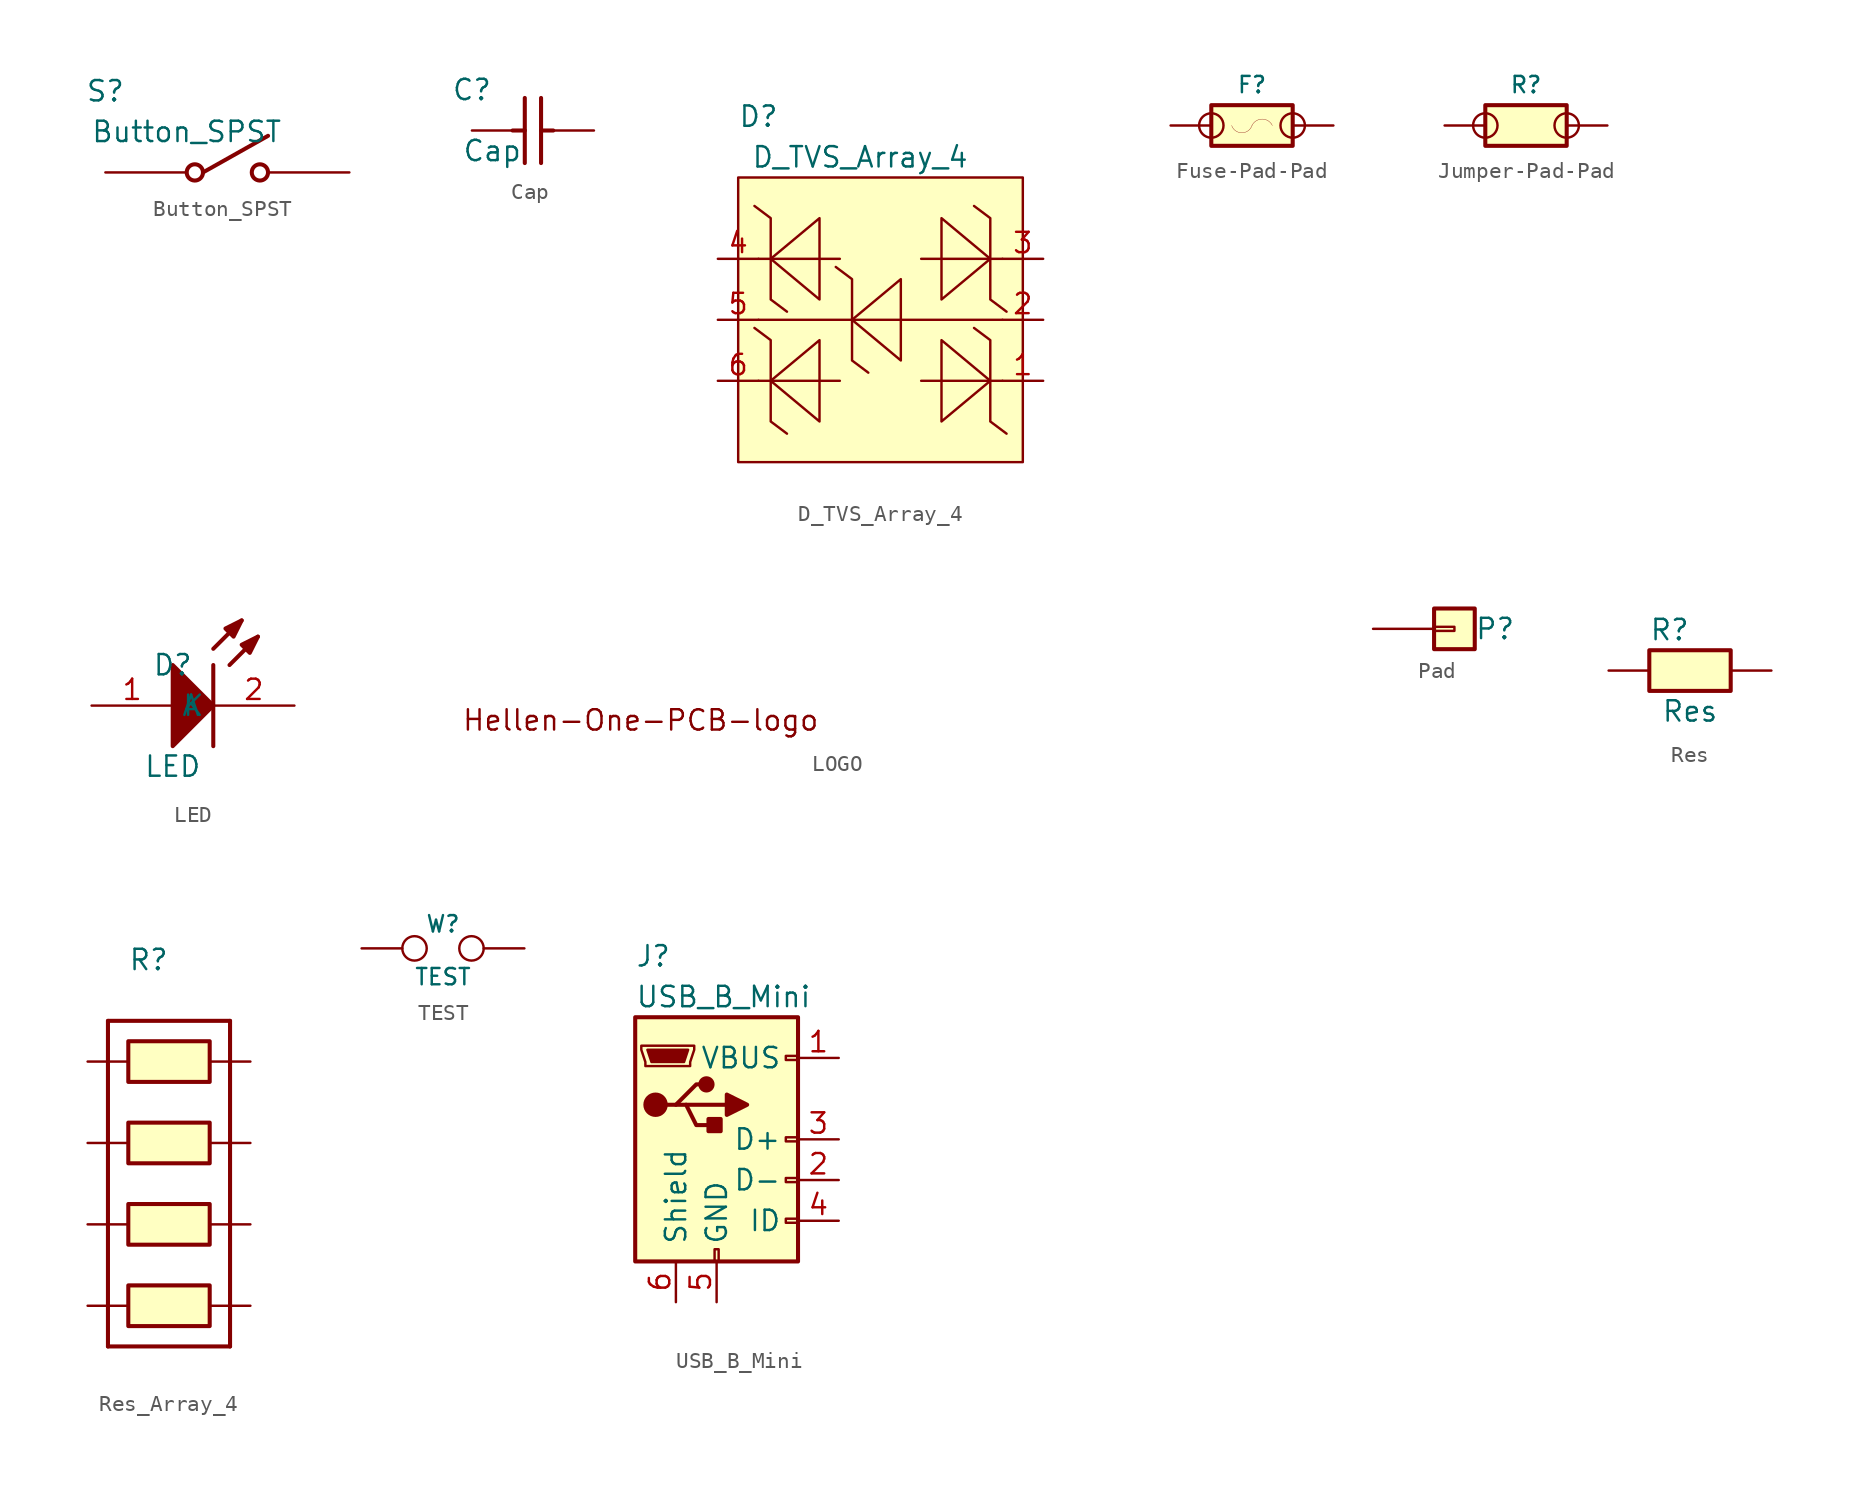
<source format=kicad_sym>
(kicad_symbol_lib
  (version 20201005)
  (generator kicad_symbol_editor)
  (symbol "hellen-one-common:Button_SPST"
    (pin_numbers hide)
    (property "Reference" "S"
      (at -5.08 2.54 0)
      (effects (font (size 1.27 1.27))))
    (property "Value" "Button_SPST"
      (at 0 0 0)
      (effects (font (size 1.27 1.27))))
    (symbol "Button_SPST_1_0"
      (circle (center 0.508 -2.54) (radius 0.508) (stroke (width 0.254)) (fill (type none)))
      (circle (center 4.572 -2.54) (radius 0.508) (stroke (width 0.254)) (fill (type none)))
      (polyline (pts (xy 1.016 -2.54) (xy 5.08 -0.254)) (stroke (width 0.254)) (fill (type none)))
      (pin passive line (at -5.08 -2.54 0) (length 5.08) (name "" (effects (font (size 1.27 1.27)))) (number "1" (effects (font (size 1.27 1.27)))))
      (pin passive line (at 10.16 -2.54 180) (length 5.08) (name "" (effects (font (size 1.27 1.27)))) (number "2" (effects (font (size 1.27 1.27)))))))
  (symbol "hellen-one-common:Cap"
    (pin_numbers hide)
    (property "Reference" "C"
      (at -3.81 2.54 0)
      (effects (font (size 1.27 1.27))))
    (property "Value" "Cap"
      (at -2.54 -1.27 0)
      (effects (font (size 1.27 1.27))))
    (symbol "Cap_1_0"
      (polyline (pts (xy 0.508 2.032) (xy 0.508 -2.032)) (stroke (width 0.254)) (fill (type none)))
      (polyline (pts (xy -0.508 -2.032) (xy -0.508 2.032)) (stroke (width 0.254)) (fill (type none)))
      (polyline (pts (xy -1.27 0) (xy -0.508 0)) (stroke (width 0.254)) (fill (type none)))
      (polyline (pts (xy 1.27 0) (xy 0.508 0)) (stroke (width 0.254)) (fill (type none)))
      (pin passive line (at -3.81 0 0) (length 2.54) (name "" (effects (font (size 1.27 1.27)))) (number "1" (effects (font (size 1.27 1.27)))))
      (pin passive line (at 3.81 0 180) (length 2.54) (name "" (effects (font (size 1.27 1.27)))) (number "2" (effects (font (size 1.27 1.27)))))))
  (symbol "hellen-one-common:D_TVS_Array_4"
    (property "Reference" "D"
      (at 2.54 12.7 0)
      (effects (font (size 1.27 1.27))))
    (property "Value" "D_TVS_Array_4"
      (at 8.89 10.16 0)
      (effects (font (size 1.27 1.27))))
    (symbol "D_TVS_Array_4_1_0"
      (rectangle (start 19.05 8.89) (end 1.27 -8.89) (stroke (width 0)) (fill (type background)))
      (polyline (pts (xy 11.43 2.54) (xy 8.382 0) (xy 11.43 -2.54) (xy 11.43 2.54)) (stroke (width 0)) (fill (type none)))
      (polyline (pts (xy 7.366 3.302) (xy 8.382 2.54) (xy 8.382 -2.54) (xy 9.398 -3.302)) (stroke (width 0)) (fill (type none)))
      (polyline (pts (xy 2.54 0) (xy 17.78 0)) (stroke (width 0)) (fill (type none)))
      (polyline (pts (xy 6.35 -1.27) (xy 3.302 -3.81) (xy 6.35 -6.35) (xy 6.35 -1.27)) (stroke (width 0)) (fill (type none)))
      (polyline (pts (xy 2.286 -0.508) (xy 3.302 -1.27) (xy 3.302 -6.35) (xy 4.318 -7.112)) (stroke (width 0)) (fill (type none)))
      (polyline (pts (xy 6.35 6.35) (xy 3.302 3.81) (xy 6.35 1.27) (xy 6.35 6.35)) (stroke (width 0)) (fill (type none)))
      (polyline (pts (xy 2.286 7.112) (xy 3.302 6.35) (xy 3.302 1.27) (xy 4.318 0.508)) (stroke (width 0)) (fill (type none)))
      (polyline (pts (xy 13.97 -6.35) (xy 17.018 -3.81) (xy 13.97 -1.27) (xy 13.97 -6.35)) (stroke (width 0)) (fill (type none)))
      (polyline (pts (xy 18.034 -7.112) (xy 17.018 -6.35) (xy 17.018 -1.27) (xy 16.002 -0.508)) (stroke (width 0)) (fill (type none)))
      (polyline (pts (xy 13.97 1.27) (xy 17.018 3.81) (xy 13.97 6.35) (xy 13.97 1.27)) (stroke (width 0)) (fill (type none)))
      (polyline (pts (xy 18.034 0.508) (xy 17.018 1.27) (xy 17.018 6.35) (xy 16.002 7.112)) (stroke (width 0)) (fill (type none)))
      (polyline (pts (xy 2.54 -3.81) (xy 7.62 -3.81)) (stroke (width 0)) (fill (type none)))
      (polyline (pts (xy 2.54 3.81) (xy 7.62 3.81)) (stroke (width 0)) (fill (type none)))
      (polyline (pts (xy 12.7 -3.81) (xy 17.78 -3.81)) (stroke (width 0)) (fill (type none)))
      (polyline (pts (xy 12.7 3.81) (xy 17.78 3.81)) (stroke (width 0)) (fill (type none)))
      (pin passive line (at 20.32 0 180) (length 2.54) (name "" (effects (font (size 1.27 1.27)))) (number "2" (effects (font (size 1.27 1.27)))))
      (pin passive line (at 0 0 0) (length 2.54) (name "" (effects (font (size 1.27 1.27)))) (number "5" (effects (font (size 1.27 1.27)))))
      (pin passive line (at 20.32 -3.81 180) (length 2.54) (name "" (effects (font (size 1.27 1.27)))) (number "1" (effects (font (size 1.27 1.27)))))
      (pin passive line (at 0 -3.81 0) (length 2.54) (name "" (effects (font (size 1.27 1.27)))) (number "6" (effects (font (size 1.27 1.27)))))
      (pin passive line (at 20.32 3.81 180) (length 2.54) (name "" (effects (font (size 1.27 1.27)))) (number "3" (effects (font (size 1.27 1.27)))))
      (pin passive line (at 0 3.81 0) (length 2.54) (name "" (effects (font (size 1.27 1.27)))) (number "4" (effects (font (size 1.27 1.27)))))))
  (symbol "hellen-one-common:Fuse-Pad-Pad"
    (pin_numbers hide)
    (pin_names
      (offset 0.762) hide)
    (property "Reference" "F"
      (at 0 2.54 0)
      (effects (font (size 1.016 1.016))))
    (symbol "Fuse-Pad-Pad_0_1"
      (arc (start -1.27 0) (end 0 0) (radius (at -0.635 0.2137) (length 0.67) (angles -161.4 -18.6)) (stroke (width 0.0006)) (fill (type none)))
      (arc (start 0 0) (end 1.27 0) (radius (at 0.635 -0.3076) (length 0.7056) (angles 154.2 25.8)) (stroke (width 0.0006)) (fill (type none)))
      (circle (center -2.54 0) (radius 0.762) (stroke (width 0)) (fill (type none)))
      (circle (center 2.54 0) (radius 0.762) (stroke (width 0)) (fill (type none)))
      (pin passive line (at -5.08 0 0) (length 2.54) (name "1" (effects (font (size 1.524 1.524)))) (number "1" (effects (font (size 1.524 1.524)))))
      (pin passive line (at 5.08 0 180) (length 2.54) (name "2" (effects (font (size 1.524 1.524)))) (number "2" (effects (font (size 1.524 1.524))))))
    (symbol "Fuse-Pad-Pad_1_0"
      (rectangle (start -2.54 -1.27) (end 2.54 1.27) (stroke (width 0.254)) (fill (type background)))))
  (symbol "hellen-one-common:Jumper-Pad-Pad"
    (pin_numbers hide)
    (pin_names
      (offset 0.762) hide)
    (property "Reference" "R"
      (at 0 2.54 0)
      (effects (font (size 1.016 1.016))))
    (symbol "Jumper-Pad-Pad_0_1"
      (circle (center -2.54 0) (radius 0.762) (stroke (width 0)) (fill (type none)))
      (circle (center 2.54 0) (radius 0.762) (stroke (width 0)) (fill (type none)))
      (pin passive line (at -5.08 0 0) (length 2.54) (name "1" (effects (font (size 1.524 1.524)))) (number "1" (effects (font (size 1.524 1.524)))))
      (pin passive line (at 5.08 0 180) (length 2.54) (name "2" (effects (font (size 1.524 1.524)))) (number "2" (effects (font (size 1.524 1.524))))))
    (symbol "Jumper-Pad-Pad_1_0"
      (rectangle (start -2.54 -1.27) (end 2.54 1.27) (stroke (width 0.254)) (fill (type background)))))
  (symbol "hellen-one-common:LED"
    (property "Reference" "D"
      (at 0 2.54 0)
      (effects (font (size 1.27 1.27))))
    (property "Value" "LED"
      (at 0 -3.81 0)
      (effects (font (size 1.27 1.27))))
    (symbol "LED_1_0"
      (polyline (pts (xy 0 -2.54) (xy 2.54 0) (xy 0 2.54) (xy 0 -2.54)) (stroke (width 0.254)) (fill (type outline)))
      (polyline (pts (xy 3.556 2.54) (xy 5.334 4.318)) (stroke (width 0.254)) (fill (type none)))
      (polyline (pts (xy 2.54 3.556) (xy 4.318 5.334)) (stroke (width 0.254)) (fill (type none)))
      (polyline (pts (xy 5.334 4.318) (xy 4.318 3.81) (xy 4.826 3.302) (xy 5.334 4.318)) (stroke (width 0.254)) (fill (type outline)))
      (polyline (pts (xy 4.318 5.334) (xy 3.302 4.826) (xy 3.81 4.318) (xy 4.318 5.334)) (stroke (width 0.254)) (fill (type outline)))
      (polyline (pts (xy 2.54 2.54) (xy 2.54 -2.54)) (stroke (width 0.254)) (fill (type none)))
      (pin passive line (at -5.08 0 0) (length 5.08) (name "A" (effects (font (size 1.27 1.27)))) (number "1" (effects (font (size 1.27 1.27)))))
      (pin passive line (at 7.62 0 180) (length 5.08) (name "K" (effects (font (size 1.27 1.27)))) (number "2" (effects (font (size 1.27 1.27)))))))
  (symbol "hellen-one-common:LOGO"
    (pin_names
      (offset 1.016))
    (property "Reference" "G"
      (at 0 -2.616 0)
      (effects (font (size 1.524 1.524)) hide))
    (symbol "LOGO_0_0"
      (text "Hellen-One-PCB-logo" (at 0 0 0) (effects (font (size 1.27 1.27))))
      (text "" (at 35.56 6.35 0) (effects (font (size 1.27 1.27))))))
  (symbol "hellen-one-common:Pad"
    (pin_numbers hide)
    (pin_names
      (offset 1.016) hide)
    (property "Reference" "P"
      (at 2.54 0 0)
      (effects (font (size 1.27 1.27))))
    (symbol "Pad_1_1"
      (rectangle (start -1.27 0.127) (end 0 -0.127) (stroke (width 0.152)) (fill (type none)))
      (rectangle (start -1.27 1.27) (end 1.27 -1.27) (stroke (width 0.254)) (fill (type background)))
      (pin passive line (at -5.08 0 0) (length 3.81) (name "Pin_1" (effects (font (size 1.27 1.27)))) (number "1" (effects (font (size 1.27 1.27)))))))
  (symbol "hellen-one-common:Res"
    (pin_numbers hide)
    (property "Reference" "R"
      (at 3.81 2.54 0)
      (effects (font (size 1.27 1.27))))
    (property "Value" "Res"
      (at 5.08 -2.54 0)
      (effects (font (size 1.27 1.27))))
    (property "LCSC" ""
      (at 0 0 0)
      (effects (font (size 1.27 1.27))))
    (symbol "Res_1_0"
      (rectangle (start 2.54 -1.27) (end 7.62 1.27) (stroke (width 0.254)) (fill (type background)))
      (pin passive line (at 10.16 0 180) (length 2.54) (name "" (effects (font (size 1.27 1.27)))) (number "2" (effects (font (size 1.27 1.27)))))
      (pin passive line (at 0 0 0) (length 2.54) (name "" (effects (font (size 1.27 1.27)))) (number "1" (effects (font (size 1.27 1.27)))))))
  (symbol "hellen-one-common:Res_Array_4"
    (pin_numbers hide)
    (property "Reference" "R"
      (at -6.35 6.35 0)
      (effects (font (size 1.27 1.27))))
    (symbol "Res_Array_4_1_0"
      (rectangle (start -2.54 1.27) (end -7.62 -1.27) (stroke (width 0.254)) (fill (type background)))
      (rectangle (start -2.54 -3.81) (end -7.62 -6.35) (stroke (width 0.254)) (fill (type background)))
      (rectangle (start -2.54 -8.89) (end -7.62 -11.43) (stroke (width 0.254)) (fill (type background)))
      (rectangle (start -2.54 -13.97) (end -7.62 -16.51) (stroke (width 0.254)) (fill (type background)))
      (polyline (pts (xy -8.89 2.54) (xy -8.89 -17.78)) (stroke (width 0.254)) (fill (type none)))
      (polyline (pts (xy -1.27 2.54) (xy -1.27 -17.78)) (stroke (width 0.254)) (fill (type none)))
      (polyline (pts (xy -8.89 2.54) (xy -1.27 2.54)) (stroke (width 0.254)) (fill (type none)))
      (polyline (pts (xy -8.89 -17.78) (xy -1.27 -17.78)) (stroke (width 0.254)) (fill (type none)))
      (pin passive line (at -10.16 0 0) (length 2.54) (name "" (effects (font (size 1.27 1.27)))) (number "1" (effects (font (size 1.27 1.27)))))
      (pin passive line (at 0 0 180) (length 2.54) (name "" (effects (font (size 1.27 1.27)))) (number "8" (effects (font (size 1.27 1.27)))))
      (pin passive line (at -10.16 -5.08 0) (length 2.54) (name "" (effects (font (size 1.27 1.27)))) (number "2" (effects (font (size 1.27 1.27)))))
      (pin passive line (at 0 -5.08 180) (length 2.54) (name "" (effects (font (size 1.27 1.27)))) (number "7" (effects (font (size 1.27 1.27)))))
      (pin passive line (at -10.16 -10.16 0) (length 2.54) (name "" (effects (font (size 1.27 1.27)))) (number "3" (effects (font (size 1.27 1.27)))))
      (pin passive line (at 0 -10.16 180) (length 2.54) (name "" (effects (font (size 1.27 1.27)))) (number "6" (effects (font (size 1.27 1.27)))))
      (pin passive line (at -10.16 -15.24 0) (length 2.54) (name "" (effects (font (size 1.27 1.27)))) (number "4" (effects (font (size 1.27 1.27)))))
      (pin passive line (at 0 -15.24 180) (length 2.54) (name "" (effects (font (size 1.27 1.27)))) (number "5" (effects (font (size 1.27 1.27)))))))
  (symbol "hellen-one-common:TEST"
    (pin_numbers hide)
    (pin_names
      (offset 0.762) hide)
    (property "Reference" "W"
      (at 0 1.524 0)
      (effects (font (size 1.016 1.016))))
    (property "Value" "TEST"
      (at 0 -1.778 0)
      (effects (font (size 1.016 1.016))))
    (property "Footprint" ""
      (at 0 0 0)
      (effects (font (size 1.524 1.524))))
    (property "Datasheet" ""
      (at 0 0 0)
      (effects (font (size 1.524 1.524))))
    (symbol "TEST_0_1"
      (circle (center -1.778 0) (radius 0.762) (stroke (width 0)) (fill (type none)))
      (circle (center 1.778 0) (radius 0.762) (stroke (width 0)) (fill (type none)))
      (pin passive line (at -5.08 0 0) (length 2.54) (name "1" (effects (font (size 1.524 1.524)))) (number "1" (effects (font (size 1.524 1.524)))))
      (pin passive line (at 5.08 0 180) (length 2.54) (name "2" (effects (font (size 1.524 1.524)))) (number "2" (effects (font (size 1.524 1.524)))))))
  (symbol "hellen-one-common:USB_B_Mini"
    (pin_names
      (offset 1.016))
    (property "Reference" "J"
      (at -5.08 11.43 0)
      (effects (font (size 1.27 1.27)) (justify left)))
    (property "Value" "USB_B_Mini"
      (at -5.08 8.89 0)
      (effects (font (size 1.27 1.27)) (justify left)))
    (symbol "USB_B_Mini_0_1"
      (circle (center -3.81 2.159) (radius 0.635) (stroke (width 0.254)) (fill (type outline)))
      (circle (center -0.635 3.429) (radius 0.381) (stroke (width 0.254)) (fill (type outline)))
      (rectangle (start -5.08 -7.62) (end 5.08 7.62) (stroke (width 0.254)) (fill (type background)))
      (rectangle (start -0.127 -7.62) (end 0.127 -6.858) (stroke (width 0)) (fill (type none)))
      (rectangle (start 0.254 1.27) (end -0.508 0.508) (stroke (width 0.254)) (fill (type outline)))
      (rectangle (start 5.08 -5.207) (end 4.318 -4.953) (stroke (width 0)) (fill (type none)))
      (rectangle (start 5.08 -2.667) (end 4.318 -2.413) (stroke (width 0)) (fill (type none)))
      (rectangle (start 5.08 -0.127) (end 4.318 0.127) (stroke (width 0)) (fill (type none)))
      (rectangle (start 5.08 4.953) (end 4.318 5.207) (stroke (width 0)) (fill (type none)))
      (polyline (pts (xy -1.905 2.159) (xy 0.635 2.159)) (stroke (width 0.254)) (fill (type none)))
      (polyline (pts (xy -3.175 2.159) (xy -2.54 2.159) (xy -1.27 3.429) (xy -0.635 3.429)) (stroke (width 0.254)) (fill (type none)))
      (polyline (pts (xy -2.54 2.159) (xy -1.905 2.159) (xy -1.27 0.889) (xy 0 0.889)) (stroke (width 0.254)) (fill (type none)))
      (polyline (pts (xy 0.635 2.794) (xy 0.635 1.524) (xy 1.905 2.159) (xy 0.635 2.794)) (stroke (width 0.254)) (fill (type outline)))
      (polyline (pts (xy -4.318 5.588) (xy -1.778 5.588) (xy -2.032 4.826) (xy -4.064 4.826) (xy -4.318 5.588)) (stroke (width 0)) (fill (type outline)))
      (polyline (pts (xy -4.699 5.842) (xy -4.699 5.588) (xy -4.445 4.826) (xy -4.445 4.572) (xy -1.651 4.572) (xy -1.651 4.826) (xy -1.397 5.588) (xy -1.397 5.842) (xy -4.699 5.842)) (stroke (width 0)) (fill (type none))))
    (symbol "USB_B_Mini_1_1"
      (pin power_out line (at 7.62 5.08 180) (length 2.54) (name "VBUS" (effects (font (size 1.27 1.27)))) (number "1" (effects (font (size 1.27 1.27)))))
      (pin passive line (at 7.62 -2.54 180) (length 2.54) (name "D-" (effects (font (size 1.27 1.27)))) (number "2" (effects (font (size 1.27 1.27)))))
      (pin passive line (at 7.62 0 180) (length 2.54) (name "D+" (effects (font (size 1.27 1.27)))) (number "3" (effects (font (size 1.27 1.27)))))
      (pin passive line (at 7.62 -5.08 180) (length 2.54) (name "ID" (effects (font (size 1.27 1.27)))) (number "4" (effects (font (size 1.27 1.27)))))
      (pin power_out line (at 0 -10.16 90) (length 2.54) (name "GND" (effects (font (size 1.27 1.27)))) (number "5" (effects (font (size 1.27 1.27)))))
      (pin passive line (at -2.54 -10.16 90) (length 2.54) (name "Shield" (effects (font (size 1.27 1.27)))) (number "6" (effects (font (size 1.27 1.27))))))))
</source>
